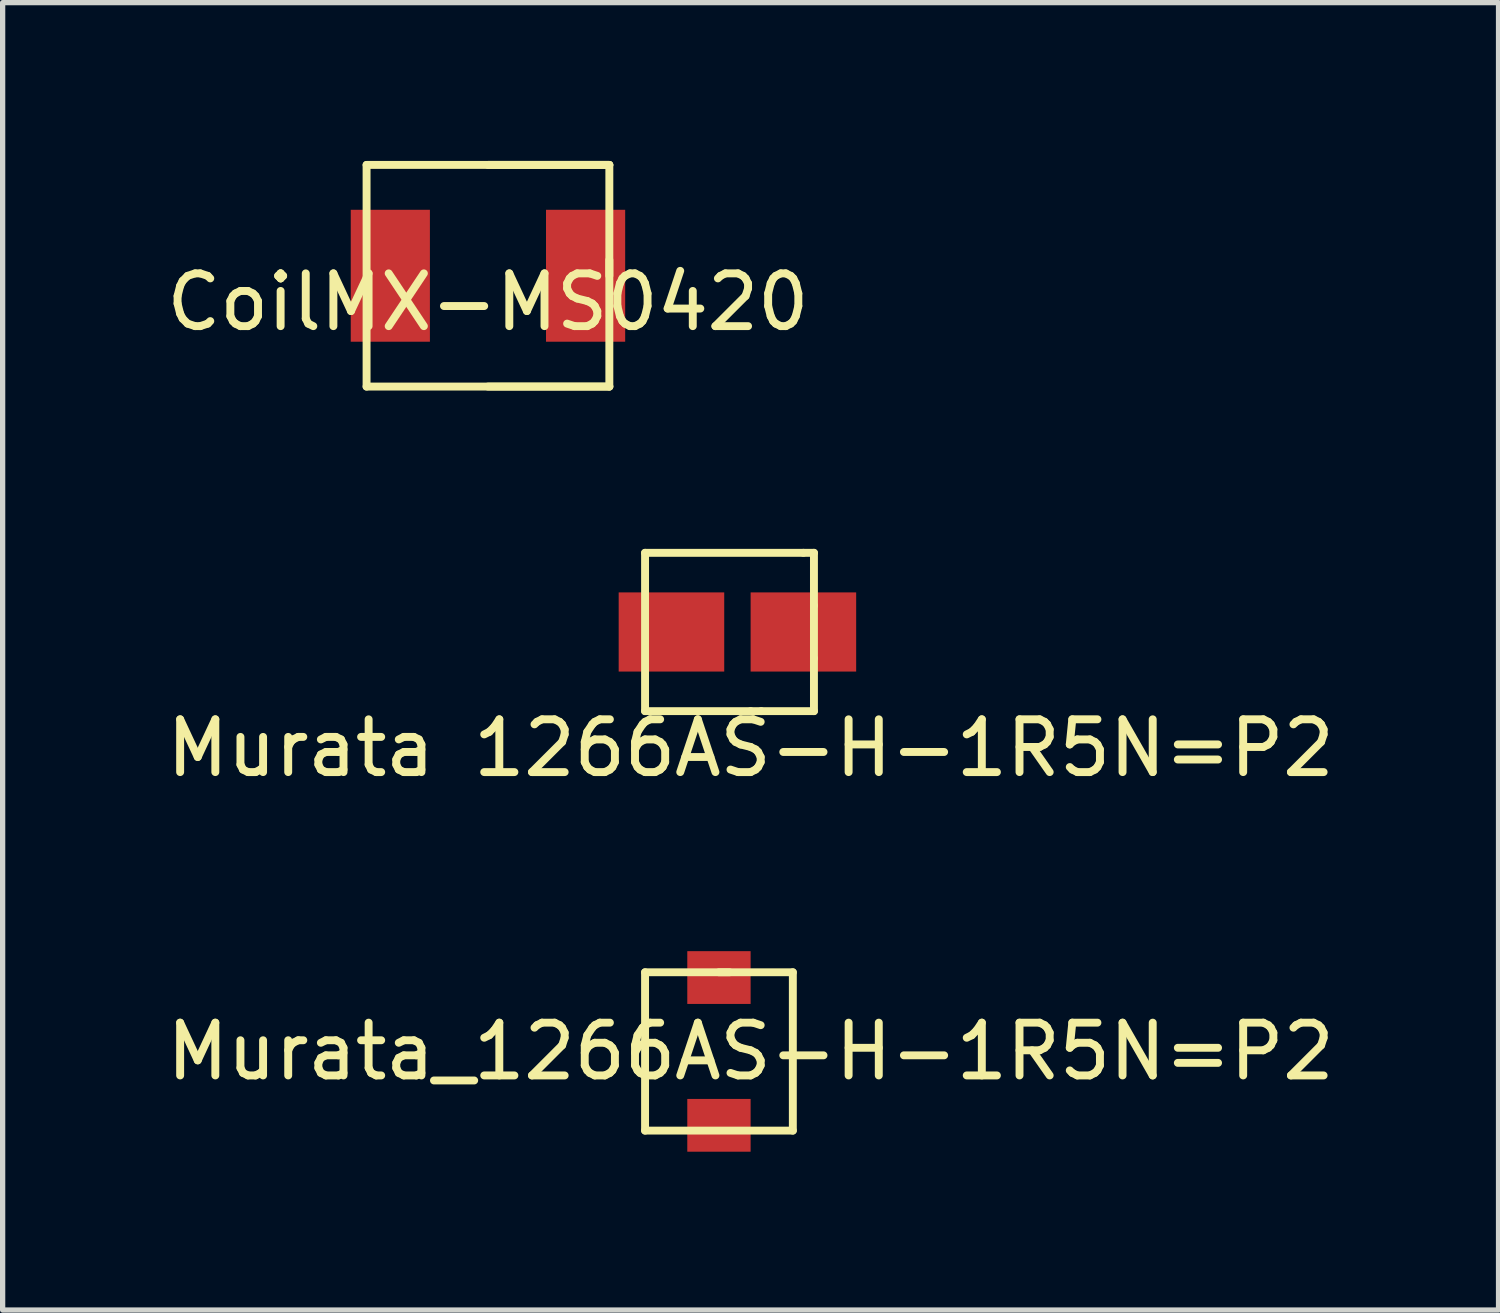
<source format=kicad_pcb>
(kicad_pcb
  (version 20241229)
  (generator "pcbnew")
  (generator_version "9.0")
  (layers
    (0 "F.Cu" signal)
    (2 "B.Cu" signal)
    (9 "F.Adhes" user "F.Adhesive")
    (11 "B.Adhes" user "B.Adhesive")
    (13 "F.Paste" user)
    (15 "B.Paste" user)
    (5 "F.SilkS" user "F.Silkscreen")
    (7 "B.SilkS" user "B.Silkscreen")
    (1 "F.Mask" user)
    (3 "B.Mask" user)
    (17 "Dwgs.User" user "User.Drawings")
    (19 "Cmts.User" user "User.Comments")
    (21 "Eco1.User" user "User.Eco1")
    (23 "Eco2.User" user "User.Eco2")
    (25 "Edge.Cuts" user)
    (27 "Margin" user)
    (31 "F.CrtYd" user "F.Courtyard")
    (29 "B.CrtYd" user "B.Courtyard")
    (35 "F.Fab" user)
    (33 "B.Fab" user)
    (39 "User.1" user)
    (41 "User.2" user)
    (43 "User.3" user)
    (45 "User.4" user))
  (footprint "Murata 1266AS-H-1R5N=P2"
    (layer "F.Cu")
    (at 11.173 9.425)
    (property "Reference" "Murata 1266AS-H-1R5N=P2" (at 0 1.7 0) (layer "F.SilkS") (effects (font (size 1 1) (thickness 0.15))))
    (attr through_hole)
    (fp_line (start -2 -2) (end 1 -2) (stroke (width 0.15) (type solid)) (layer "F.SilkS"))
    (fp_line (start -2 1) (end -2 -2) (stroke (width 0.15) (type solid)) (layer "F.SilkS"))
    (fp_line (start 0 1) (end -2 1) (stroke (width 0.15) (type solid)) (layer "F.SilkS"))
    (fp_line (start 0.2 1) (end 0 1) (stroke (width 0.15) (type solid)) (layer "F.SilkS"))
    (fp_line (start 1 -2) (end 1.2 -2) (stroke (width 0.15) (type solid)) (layer "F.SilkS"))
    (fp_line (start 1.2 -2) (end 1.2 -1) (stroke (width 0.15) (type solid)) (layer "F.SilkS"))
    (fp_line (start 1.2 -1) (end 1.2 0) (stroke (width 0.15) (type solid)) (layer "F.SilkS"))
    (fp_line (start 1.2 0) (end 1.2 1) (stroke (width 0.15) (type solid)) (layer "F.SilkS"))
    (fp_line (start 1.2 1) (end 0.2 1) (stroke (width 0.15) (type solid)) (layer "F.SilkS"))
    (pad "1" smd rect (at 1 -0.5) (size 2 1.5) (layers "F.Cu" "F.Mask" "F.Paste"))
    (pad "2" smd rect (at -1.5 -0.5) (size 2 1.5) (layers "F.Cu" "F.Mask" "F.Paste")))
  (footprint "Murata_1266AS-H-1R5N=P2"
    (layer "F.Cu")
    (at 10.573 16.873)
    (property "Reference" "Murata_1266AS-H-1R5N=P2" (at 0.6 0 0) (layer "F.SilkS") (effects (font (size 1 1) (thickness 0.15))))
    (attr smd)
    (fp_line (start -1.4 -1.5) (end 0.2 -1.5) (stroke (width 0.15) (type solid)) (layer "F.SilkS"))
    (fp_line (start -1.4 1.5) (end -1.4 -1.5) (stroke (width 0.15) (type solid)) (layer "F.SilkS"))
    (fp_line (start 0 -1.5) (end 1.4 -1.5) (stroke (width 0.15) (type solid)) (layer "F.SilkS"))
    (fp_line (start 1.4 -1.5) (end 1.4 1.5) (stroke (width 0.15) (type solid)) (layer "F.SilkS"))
    (fp_line (start 1.4 1.5) (end -1.4 1.5) (stroke (width 0.15) (type solid)) (layer "F.SilkS"))
    (pad "1" smd rect (at 0 -1.4 90) (size 1 1.2) (layers "F.Cu" "F.Mask" "F.Paste"))
    (pad "2" smd rect (at 0 1.4 90) (size 1 1.2) (layers "F.Cu" "F.Mask" "F.Paste")))
  (footprint "CoilMX-MS0420"
    (layer "F.Cu")
    (at 6.196 2.175)
    (property "Reference" "CoilMX-MS0420" (at 0 0.5 0) (layer "F.SilkS") (effects (font (size 1 1) (thickness 0.15))))
    (attr smd)
    (fp_line (start -2.3 -2.1) (end -2.3 2.1) (stroke (width 0.15) (type solid)) (layer "F.SilkS"))
    (fp_line (start 0 -2.1) (end 2.3 -2.1) (stroke (width 0.15) (type solid)) (layer "F.SilkS"))
    (fp_line (start 0 2.1) (end 2.3 2.1) (stroke (width 0.15) (type solid)) (layer "F.SilkS"))
    (fp_line (start 2.3 -2.1) (end -2.3 -2.1) (stroke (width 0.15) (type solid)) (layer "F.SilkS"))
    (fp_line (start 2.3 0) (end 2.3 -2.1) (stroke (width 0.15) (type solid)) (layer "F.SilkS"))
    (fp_line (start 2.3 2.1) (end -2.3 2.1) (stroke (width 0.15) (type solid)) (layer "F.SilkS"))
    (fp_line (start 2.3 2.1) (end 2.3 -0.3) (stroke (width 0.15) (type solid)) (layer "F.SilkS"))
    (pad "1" smd rect (at 1.85 0) (size 1.5 2.5) (layers "F.Cu" "F.Mask" "F.Paste"))
    (pad "2" smd rect (at -1.85 0) (size 1.5 2.5) (layers "F.Cu" "F.Mask" "F.Paste")))
  (gr_rect
    (start -3 -3)
    (end 25.345 21.773)
    (stroke (width 0.1) (type default))
    (fill no)
    (layer "Edge.Cuts")))
</source>
